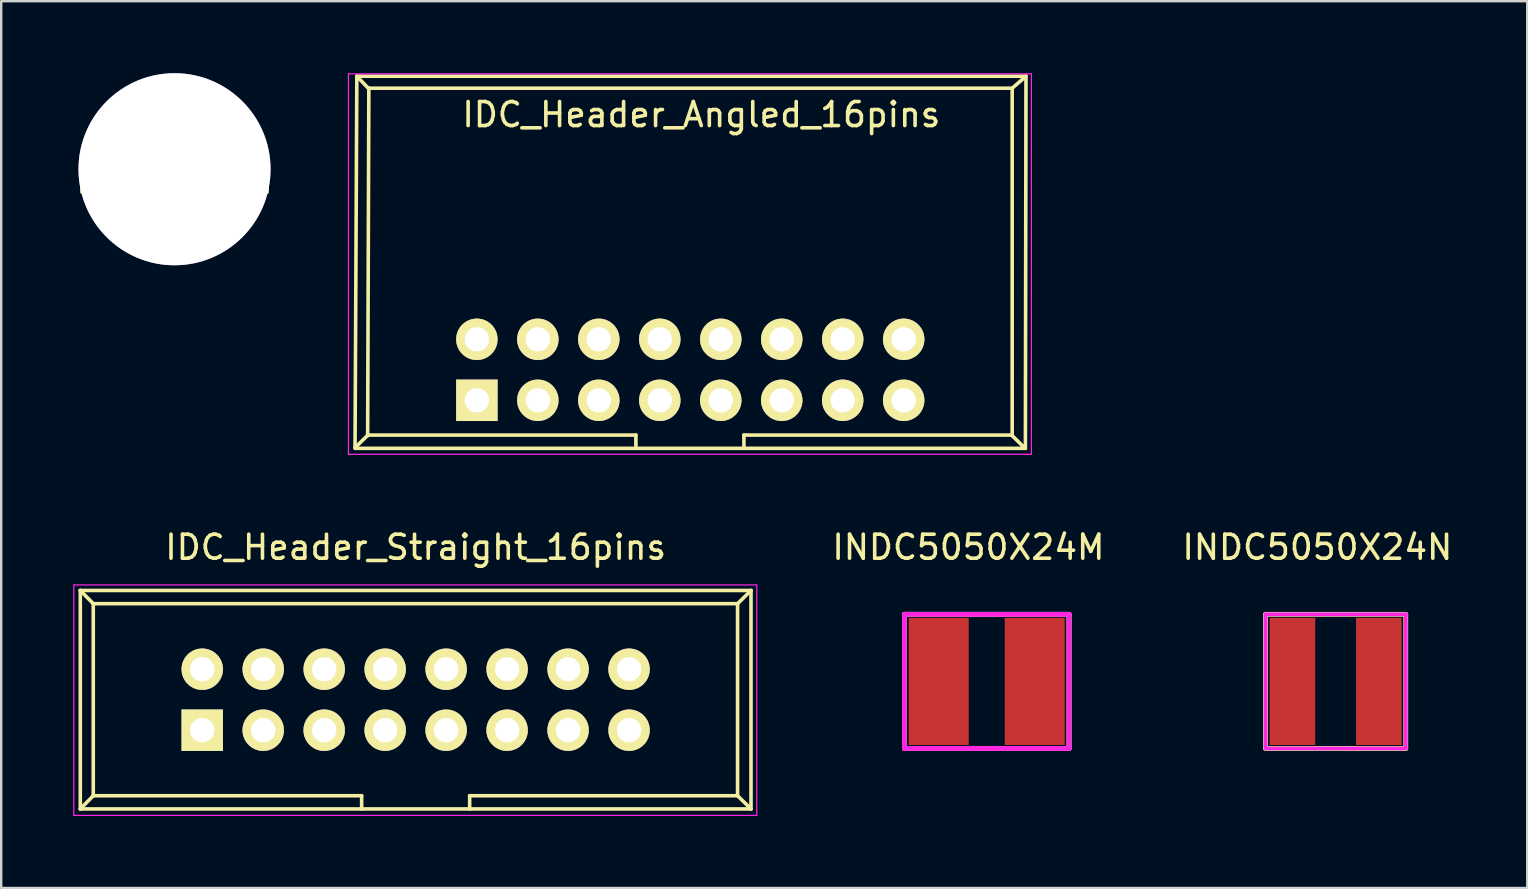
<source format=kicad_pcb>
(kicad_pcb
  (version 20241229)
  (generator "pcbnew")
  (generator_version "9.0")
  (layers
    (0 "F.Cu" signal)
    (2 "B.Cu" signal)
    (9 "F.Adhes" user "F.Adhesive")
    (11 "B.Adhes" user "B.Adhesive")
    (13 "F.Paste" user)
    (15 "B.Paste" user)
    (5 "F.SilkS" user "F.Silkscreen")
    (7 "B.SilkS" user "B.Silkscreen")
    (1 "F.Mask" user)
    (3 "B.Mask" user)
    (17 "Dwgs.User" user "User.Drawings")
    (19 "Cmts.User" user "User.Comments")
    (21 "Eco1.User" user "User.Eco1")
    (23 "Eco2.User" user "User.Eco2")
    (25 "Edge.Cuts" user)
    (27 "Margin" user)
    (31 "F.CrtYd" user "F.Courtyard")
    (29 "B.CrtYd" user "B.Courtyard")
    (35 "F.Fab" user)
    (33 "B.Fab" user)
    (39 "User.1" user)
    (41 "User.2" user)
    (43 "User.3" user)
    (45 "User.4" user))
  (footprint "IDC_Header_Straight_16pins"
    (layer "F.Cu")
    (at 5.375 27.368)
    (property "Reference" "IDC_Header_Straight_16pins" (at 8.89 -7.62 0) (layer "F.SilkS") (effects (font (size 1 1) (thickness 0.15))))
    (attr through_hole)
    (fp_line (start -5.08 -5.82) (end -5.08 3.28) (stroke (width 0.15) (type solid)) (layer "F.SilkS"))
    (fp_line (start -5.08 -5.82) (end -4.54 -5.27) (stroke (width 0.15) (type solid)) (layer "F.SilkS"))
    (fp_line (start -5.08 -5.82) (end 22.86 -5.82) (stroke (width 0.15) (type solid)) (layer "F.SilkS"))
    (fp_line (start -5.08 3.28) (end -4.54 2.73) (stroke (width 0.15) (type solid)) (layer "F.SilkS"))
    (fp_line (start -5.08 3.28) (end 22.86 3.28) (stroke (width 0.15) (type solid)) (layer "F.SilkS"))
    (fp_line (start -4.54 -5.27) (end -4.54 2.73) (stroke (width 0.15) (type solid)) (layer "F.SilkS"))
    (fp_line (start -4.54 -5.27) (end 22.3 -5.27) (stroke (width 0.15) (type solid)) (layer "F.SilkS"))
    (fp_line (start -4.54 2.73) (end 6.64 2.73) (stroke (width 0.15) (type solid)) (layer "F.SilkS"))
    (fp_line (start 6.64 2.73) (end 6.64 3.28) (stroke (width 0.15) (type solid)) (layer "F.SilkS"))
    (fp_line (start 11.14 2.73) (end 11.14 3.28) (stroke (width 0.15) (type solid)) (layer "F.SilkS"))
    (fp_line (start 11.14 2.73) (end 22.3 2.73) (stroke (width 0.15) (type solid)) (layer "F.SilkS"))
    (fp_line (start 22.3 -5.27) (end 22.3 2.73) (stroke (width 0.15) (type solid)) (layer "F.SilkS"))
    (fp_line (start 22.86 -5.82) (end 22.3 -5.27) (stroke (width 0.15) (type solid)) (layer "F.SilkS"))
    (fp_line (start 22.86 -5.82) (end 22.86 3.28) (stroke (width 0.15) (type solid)) (layer "F.SilkS"))
    (fp_line (start 22.86 3.28) (end 22.3 2.73) (stroke (width 0.15) (type solid)) (layer "F.SilkS"))
    (fp_line (start -5.35 -6.05) (end 23.1 -6.05) (stroke (width 0.05) (type solid)) (layer "F.CrtYd"))
    (fp_line (start -5.35 3.55) (end -5.35 -6.05) (stroke (width 0.05) (type solid)) (layer "F.CrtYd"))
    (fp_line (start 23.1 -6.05) (end 23.1 3.55) (stroke (width 0.05) (type solid)) (layer "F.CrtYd"))
    (fp_line (start 23.1 3.55) (end -5.35 3.55) (stroke (width 0.05) (type solid)) (layer "F.CrtYd"))
    (pad "1" thru_hole rect (at 0 0) (size 1.727 1.727) (drill 1.016) (layers "*.Cu" "*.Mask" "F.SilkS"))
    (pad "2" thru_hole oval (at 0 -2.54) (size 1.727 1.727) (drill 1.016) (layers "*.Cu" "*.Mask" "F.SilkS"))
    (pad "3" thru_hole oval (at 2.54 0) (size 1.727 1.727) (drill 1.016) (layers "*.Cu" "*.Mask" "F.SilkS"))
    (pad "4" thru_hole oval (at 2.54 -2.54) (size 1.727 1.727) (drill 1.016) (layers "*.Cu" "*.Mask" "F.SilkS"))
    (pad "5" thru_hole oval (at 5.08 0) (size 1.727 1.727) (drill 1.016) (layers "*.Cu" "*.Mask" "F.SilkS"))
    (pad "6" thru_hole oval (at 5.08 -2.54) (size 1.727 1.727) (drill 1.016) (layers "*.Cu" "*.Mask" "F.SilkS"))
    (pad "7" thru_hole oval (at 7.62 0) (size 1.727 1.727) (drill 1.016) (layers "*.Cu" "*.Mask" "F.SilkS"))
    (pad "8" thru_hole oval (at 7.62 -2.54) (size 1.727 1.727) (drill 1.016) (layers "*.Cu" "*.Mask" "F.SilkS"))
    (pad "9" thru_hole oval (at 10.16 0) (size 1.727 1.727) (drill 1.016) (layers "*.Cu" "*.Mask" "F.SilkS"))
    (pad "10" thru_hole oval (at 10.16 -2.54) (size 1.727 1.727) (drill 1.016) (layers "*.Cu" "*.Mask" "F.SilkS"))
    (pad "11" thru_hole oval (at 12.7 0) (size 1.727 1.727) (drill 1.016) (layers "*.Cu" "*.Mask" "F.SilkS"))
    (pad "12" thru_hole oval (at 12.7 -2.54) (size 1.727 1.727) (drill 1.016) (layers "*.Cu" "*.Mask" "F.SilkS"))
    (pad "13" thru_hole oval (at 15.24 0) (size 1.727 1.727) (drill 1.016) (layers "*.Cu" "*.Mask" "F.SilkS"))
    (pad "14" thru_hole oval (at 15.24 -2.54) (size 1.727 1.727) (drill 1.016) (layers "*.Cu" "*.Mask" "F.SilkS"))
    (pad "15" thru_hole oval (at 17.78 0) (size 1.727 1.727) (drill 1.016) (layers "*.Cu" "*.Mask" "F.SilkS"))
    (pad "16" thru_hole oval (at 17.78 -2.54) (size 1.727 1.727) (drill 1.016) (layers "*.Cu" "*.Mask" "F.SilkS")))
  (footprint "INDC5050X24N"
    (layer "F.Cu")
    (at 52.589 25.336)
    (property "Reference" "INDC5050X24N" (at -0.762 -5.588 0) (layer "F.SilkS") (effects (font (size 1 1) (thickness 0.15))))
    (attr smd)
    (fp_line (start -2.921 -2.794) (end 2.921 -2.794) (stroke (width 0.2) (type solid)) (layer "F.SilkS"))
    (fp_line (start -2.921 2.794) (end -2.921 -2.794) (stroke (width 0.2) (type solid)) (layer "F.SilkS"))
    (fp_line (start 2.921 -2.794) (end 2.921 2.794) (stroke (width 0.2) (type solid)) (layer "F.SilkS"))
    (fp_line (start 2.921 2.794) (end -2.921 2.794) (stroke (width 0.2) (type solid)) (layer "F.SilkS"))
    (fp_line (start -2.921 -2.794) (end 2.921 -2.794) (stroke (width 0.15) (type solid)) (layer "F.CrtYd"))
    (fp_line (start -2.921 2.794) (end -2.921 -2.794) (stroke (width 0.15) (type solid)) (layer "F.CrtYd"))
    (fp_line (start 2.921 -2.794) (end 2.921 2.794) (stroke (width 0.15) (type solid)) (layer "F.CrtYd"))
    (fp_line (start 2.921 2.794) (end -2.921 2.794) (stroke (width 0.15) (type solid)) (layer "F.CrtYd"))
    (fp_line (start -2.921 -2.794) (end 2.921 -2.794) (stroke (width 0.15) (type solid)) (layer "F.Fab"))
    (fp_line (start -2.921 2.794) (end -2.921 -2.794) (stroke (width 0.15) (type solid)) (layer "F.Fab"))
    (fp_line (start 2.921 -2.794) (end 2.921 2.794) (stroke (width 0.15) (type solid)) (layer "F.Fab"))
    (fp_line (start 2.921 2.794) (end -2.921 2.794) (stroke (width 0.15) (type solid)) (layer "F.Fab"))
    (pad "1" smd rect (at -1.8 0) (size 1.9 5.3) (layers "F.Cu" "F.Mask" "F.Paste"))
    (pad "2" smd rect (at 1.8 0) (size 1.9 5.3) (layers "F.Cu" "F.Mask" "F.Paste")))
  (footprint "INDC5050X24M"
    (layer "F.Cu")
    (at 38.054 25.336)
    (property "Reference" "INDC5050X24M" (at -0.762 -5.588 0) (layer "F.SilkS") (effects (font (size 1 1) (thickness 0.15))))
    (attr smd)
    (fp_line (start -3.429 -2.794) (end 3.429 -2.794) (stroke (width 0.2) (type solid)) (layer "F.SilkS"))
    (fp_line (start -3.429 2.794) (end -3.429 -2.794) (stroke (width 0.2) (type solid)) (layer "F.SilkS"))
    (fp_line (start 3.429 -2.794) (end 3.429 2.794) (stroke (width 0.2) (type solid)) (layer "F.SilkS"))
    (fp_line (start 3.429 2.794) (end -3.429 2.794) (stroke (width 0.2) (type solid)) (layer "F.SilkS"))
    (fp_line (start -3.429 -2.794) (end -3.429 2.794) (stroke (width 0.2) (type solid)) (layer "F.CrtYd"))
    (fp_line (start -3.429 2.794) (end 3.429 2.794) (stroke (width 0.2) (type solid)) (layer "F.CrtYd"))
    (fp_line (start 3.429 -2.794) (end -3.429 -2.794) (stroke (width 0.2) (type solid)) (layer "F.CrtYd"))
    (fp_line (start 3.429 2.794) (end 3.429 -2.794) (stroke (width 0.2) (type solid)) (layer "F.CrtYd"))
    (fp_line (start -3.429 -2.794) (end 3.429 -2.794) (stroke (width 0.2) (type solid)) (layer "F.Fab"))
    (fp_line (start -3.429 2.794) (end -3.429 -2.794) (stroke (width 0.2) (type solid)) (layer "F.Fab"))
    (fp_line (start 3.429 -2.794) (end 3.429 2.794) (stroke (width 0.2) (type solid)) (layer "F.Fab"))
    (fp_line (start 3.429 2.794) (end -3.429 2.794) (stroke (width 0.2) (type solid)) (layer "F.Fab"))
    (pad "1" smd rect (at -2 0) (size 2.5 5.3) (layers "F.Cu" "F.Mask" "F.Paste"))
    (pad "2" smd rect (at 2 0) (size 2.5 5.3) (layers "F.Cu" "F.Mask" "F.Paste")))
  (footprint "IDC_Header_Angled_16pins"
    (layer "F.Cu")
    (at 16.815 13.625)
    (property "Reference" "IDC_Header_Angled_16pins" (at 9.35 -11.9 0) (layer "F.SilkS") (effects (font (size 1 1) (thickness 0.15))))
    (attr through_hole)
    (fp_line (start -5.075 1.975) (end -4.54 1.45) (stroke (width 0.15) (type solid)) (layer "F.SilkS"))
    (fp_line (start -5.075 2) (end 22.85 2) (stroke (width 0.15) (type solid)) (layer "F.SilkS"))
    (fp_line (start -5 -13.5) (end -5.075 1.975) (stroke (width 0.15) (type solid)) (layer "F.SilkS"))
    (fp_line (start -5 -13.5) (end -4.5 -12.975) (stroke (width 0.15) (type solid)) (layer "F.SilkS"))
    (fp_line (start -5 -13.5) (end 22.875 -13.5) (stroke (width 0.15) (type solid)) (layer "F.SilkS"))
    (fp_line (start -4.555 1.45) (end 6.625 1.45) (stroke (width 0.15) (type solid)) (layer "F.SilkS"))
    (fp_line (start -4.5 -13) (end -4.55 1.475) (stroke (width 0.15) (type solid)) (layer "F.SilkS"))
    (fp_line (start -4.5 -13) (end 22.3 -13) (stroke (width 0.15) (type solid)) (layer "F.SilkS"))
    (fp_line (start 6.625 1.45) (end 6.625 2) (stroke (width 0.15) (type solid)) (layer "F.SilkS"))
    (fp_line (start 11.125 1.45) (end 11.125 1.975) (stroke (width 0.15) (type solid)) (layer "F.SilkS"))
    (fp_line (start 11.125 1.45) (end 22.3 1.45) (stroke (width 0.15) (type solid)) (layer "F.SilkS"))
    (fp_line (start 22.3 -12.975) (end 22.3 1.475) (stroke (width 0.15) (type solid)) (layer "F.SilkS"))
    (fp_line (start 22.835 2) (end 22.275 1.45) (stroke (width 0.15) (type solid)) (layer "F.SilkS"))
    (fp_line (start 22.875 -13.5) (end 22.3 -13) (stroke (width 0.15) (type solid)) (layer "F.SilkS"))
    (fp_line (start 22.875 -13.5) (end 22.85 2) (stroke (width 0.15) (type solid)) (layer "F.SilkS"))
    (fp_line (start -5.35 -13.6) (end 23.1 -13.6) (stroke (width 0.05) (type solid)) (layer "F.CrtYd"))
    (fp_line (start -5.35 2.25) (end -5.35 -13.6) (stroke (width 0.05) (type solid)) (layer "F.CrtYd"))
    (fp_line (start 23.1 -13.6) (end 23.1 2.25) (stroke (width 0.05) (type solid)) (layer "F.CrtYd"))
    (fp_line (start 23.1 2.25) (end -5.35 2.25) (stroke (width 0.05) (type solid)) (layer "F.CrtYd"))
    (pad "1" thru_hole rect (at 0 0) (size 1.727 1.727) (drill 1.016) (layers "*.Cu" "*.Mask" "F.SilkS"))
    (pad "2" thru_hole oval (at 0 -2.54) (size 1.727 1.727) (drill 1.016) (layers "*.Cu" "*.Mask" "F.SilkS"))
    (pad "3" thru_hole oval (at 2.54 0) (size 1.727 1.727) (drill 1.016) (layers "*.Cu" "*.Mask" "F.SilkS"))
    (pad "4" thru_hole oval (at 2.54 -2.54) (size 1.727 1.727) (drill 1.016) (layers "*.Cu" "*.Mask" "F.SilkS"))
    (pad "5" thru_hole oval (at 5.08 0) (size 1.727 1.727) (drill 1.016) (layers "*.Cu" "*.Mask" "F.SilkS"))
    (pad "6" thru_hole oval (at 5.08 -2.54) (size 1.727 1.727) (drill 1.016) (layers "*.Cu" "*.Mask" "F.SilkS"))
    (pad "7" thru_hole oval (at 7.62 0) (size 1.727 1.727) (drill 1.016) (layers "*.Cu" "*.Mask" "F.SilkS"))
    (pad "8" thru_hole oval (at 7.62 -2.54) (size 1.727 1.727) (drill 1.016) (layers "*.Cu" "*.Mask" "F.SilkS"))
    (pad "9" thru_hole oval (at 10.16 0) (size 1.727 1.727) (drill 1.016) (layers "*.Cu" "*.Mask" "F.SilkS"))
    (pad "10" thru_hole oval (at 10.16 -2.54) (size 1.727 1.727) (drill 1.016) (layers "*.Cu" "*.Mask" "F.SilkS"))
    (pad "11" thru_hole oval (at 12.7 0) (size 1.727 1.727) (drill 1.016) (layers "*.Cu" "*.Mask" "F.SilkS"))
    (pad "12" thru_hole oval (at 12.7 -2.54) (size 1.727 1.727) (drill 1.016) (layers "*.Cu" "*.Mask" "F.SilkS"))
    (pad "13" thru_hole oval (at 15.24 0) (size 1.727 1.727) (drill 1.016) (layers "*.Cu" "*.Mask" "F.SilkS"))
    (pad "14" thru_hole oval (at 15.24 -2.54) (size 1.727 1.727) (drill 1.016) (layers "*.Cu" "*.Mask" "F.SilkS"))
    (pad "15" thru_hole oval (at 17.78 0) (size 1.727 1.727) (drill 1.016) (layers "*.Cu" "*.Mask" "F.SilkS"))
    (pad "16" thru_hole oval (at 17.78 -2.54) (size 1.727 1.727) (drill 1.016) (layers "*.Cu" "*.Mask" "F.SilkS")))
  (footprint "Hole-8mm"
    (layer "F.Cu")
    (at 4.22 4)
    (property "Reference" "Hole-8mm" (at 0 0.5 0) (layer "F.SilkS") (effects (font (size 1 1) (thickness 0.15))))
    (attr through_hole)
    (pad "1" thru_hole circle (at 0 0) (size 8 8) (drill 8) (layers "*.Cu" "*.Mask")))
  (gr_rect
    (start -3 -3)
    (end 60.571 33.943)
    (stroke (width 0.1) (type default))
    (fill no)
    (layer "Edge.Cuts")))
</source>
